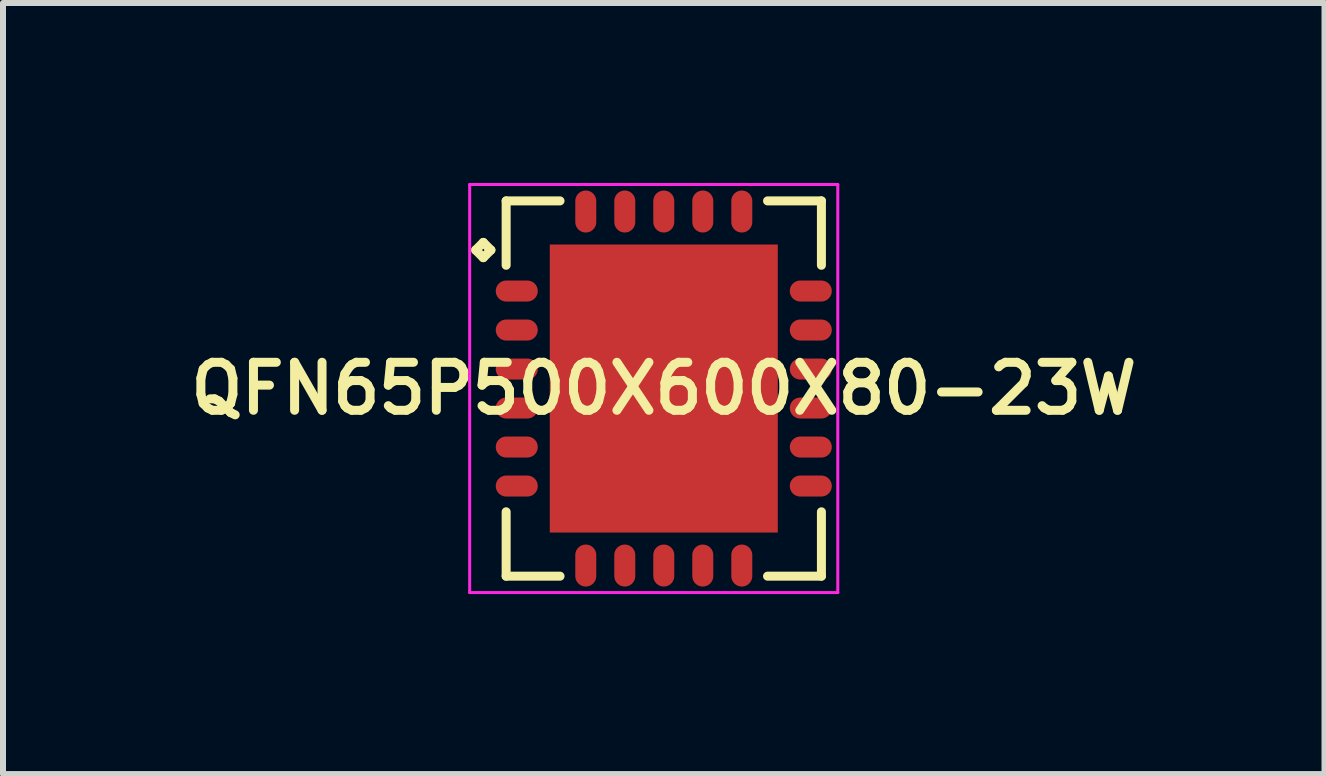
<source format=kicad_pcb>
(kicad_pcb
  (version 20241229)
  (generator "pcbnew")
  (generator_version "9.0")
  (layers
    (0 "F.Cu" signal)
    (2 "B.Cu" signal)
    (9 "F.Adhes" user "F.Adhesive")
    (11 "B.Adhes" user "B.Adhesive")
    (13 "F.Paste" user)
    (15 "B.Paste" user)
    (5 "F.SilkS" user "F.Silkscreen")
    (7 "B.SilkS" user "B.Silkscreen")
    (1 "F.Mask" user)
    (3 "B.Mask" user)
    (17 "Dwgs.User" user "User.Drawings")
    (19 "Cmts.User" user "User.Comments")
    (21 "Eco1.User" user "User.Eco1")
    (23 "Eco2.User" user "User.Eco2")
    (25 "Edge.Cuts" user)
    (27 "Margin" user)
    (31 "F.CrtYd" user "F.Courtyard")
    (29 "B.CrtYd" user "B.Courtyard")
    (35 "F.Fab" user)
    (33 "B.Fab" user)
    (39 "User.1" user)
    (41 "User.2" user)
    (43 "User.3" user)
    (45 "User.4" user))
  (footprint "QFN65P500X600X80-23W"
    (layer "F.Cu")
    (at 8.012 3.425)
    (property "Reference" "QFN65P500X600X80-23W" (at 0 0 0) (layer "F.SilkS") (effects (font (size 0.8 0.8) (thickness 0.15))))
    (attr smd)
    (fp_line (start -3.135 -2.308) (end -3.008 -2.435) (stroke (width 0.15) (type solid)) (layer "F.SilkS"))
    (fp_line (start -3.008 -2.435) (end -2.881 -2.308) (stroke (width 0.15) (type solid)) (layer "F.SilkS"))
    (fp_line (start -3.008 -2.181) (end -3.135 -2.308) (stroke (width 0.15) (type solid)) (layer "F.SilkS"))
    (fp_line (start -2.881 -2.308) (end -3.008 -2.181) (stroke (width 0.15) (type solid)) (layer "F.SilkS"))
    (fp_line (start -2.627 -3.127) (end -1.729 -3.127) (stroke (width 0.15) (type solid)) (layer "F.SilkS"))
    (fp_line (start -2.627 -2.054) (end -2.627 -3.127) (stroke (width 0.15) (type solid)) (layer "F.SilkS"))
    (fp_line (start -2.627 2.054) (end -2.627 3.127) (stroke (width 0.15) (type solid)) (layer "F.SilkS"))
    (fp_line (start -2.627 3.127) (end -1.729 3.127) (stroke (width 0.15) (type solid)) (layer "F.SilkS"))
    (fp_line (start 1.729 -3.127) (end 2.627 -3.127) (stroke (width 0.15) (type solid)) (layer "F.SilkS"))
    (fp_line (start 1.729 3.127) (end 2.627 3.127) (stroke (width 0.15) (type solid)) (layer "F.SilkS"))
    (fp_line (start 2.627 -3.127) (end 2.627 -2.054) (stroke (width 0.15) (type solid)) (layer "F.SilkS"))
    (fp_line (start 2.627 3.127) (end 2.627 2.054) (stroke (width 0.15) (type solid)) (layer "F.SilkS"))
    (fp_line (start -3.235 -3.4) (end 2.9 -3.4) (stroke (width 0.05) (type solid)) (layer "F.CrtYd"))
    (fp_line (start -3.235 3.4) (end -3.235 -3.4) (stroke (width 0.05) (type solid)) (layer "F.CrtYd"))
    (fp_line (start 2.9 -3.4) (end 2.9 3.4) (stroke (width 0.05) (type solid)) (layer "F.CrtYd"))
    (fp_line (start 2.9 3.4) (end -3.235 3.4) (stroke (width 0.05) (type solid)) (layer "F.CrtYd"))
    (pad "1" smd oval (at -2.45 -1.625) (size 0.7 0.35) (layers "F.Cu" "F.Mask" "F.Paste"))
    (pad "2" smd oval (at -2.45 -0.975) (size 0.7 0.35) (layers "F.Cu" "F.Mask" "F.Paste"))
    (pad "3" smd oval (at -2.45 -0.325) (size 0.7 0.35) (layers "F.Cu" "F.Mask" "F.Paste"))
    (pad "4" smd oval (at -2.45 0.325) (size 0.7 0.35) (layers "F.Cu" "F.Mask" "F.Paste"))
    (pad "5" smd oval (at -2.45 0.975) (size 0.7 0.35) (layers "F.Cu" "F.Mask" "F.Paste"))
    (pad "6" smd oval (at -2.45 1.625) (size 0.7 0.35) (layers "F.Cu" "F.Mask" "F.Paste"))
    (pad "7" smd oval (at -1.3 2.95) (size 0.35 0.7) (layers "F.Cu" "F.Mask" "F.Paste"))
    (pad "8" smd oval (at -0.65 2.95) (size 0.35 0.7) (layers "F.Cu" "F.Mask" "F.Paste"))
    (pad "9" smd oval (at 0 2.95) (size 0.35 0.7) (layers "F.Cu" "F.Mask" "F.Paste"))
    (pad "10" smd oval (at 0.65 2.95) (size 0.35 0.7) (layers "F.Cu" "F.Mask" "F.Paste"))
    (pad "11" smd oval (at 1.3 2.95) (size 0.35 0.7) (layers "F.Cu" "F.Mask" "F.Paste"))
    (pad "12" smd oval (at 2.45 1.625) (size 0.7 0.35) (layers "F.Cu" "F.Mask" "F.Paste"))
    (pad "13" smd oval (at 2.45 0.975) (size 0.7 0.35) (layers "F.Cu" "F.Mask" "F.Paste"))
    (pad "14" smd oval (at 2.45 0.325) (size 0.7 0.35) (layers "F.Cu" "F.Mask" "F.Paste"))
    (pad "15" smd oval (at 2.45 -0.325) (size 0.7 0.35) (layers "F.Cu" "F.Mask" "F.Paste"))
    (pad "16" smd oval (at 2.45 -0.975) (size 0.7 0.35) (layers "F.Cu" "F.Mask" "F.Paste"))
    (pad "17" smd oval (at 2.45 -1.625) (size 0.7 0.35) (layers "F.Cu" "F.Mask" "F.Paste"))
    (pad "18" smd oval (at 1.3 -2.95) (size 0.35 0.7) (layers "F.Cu" "F.Mask" "F.Paste"))
    (pad "19" smd oval (at 0.65 -2.95) (size 0.35 0.7) (layers "F.Cu" "F.Mask" "F.Paste"))
    (pad "20" smd oval (at 0 -2.95) (size 0.35 0.7) (layers "F.Cu" "F.Mask" "F.Paste"))
    (pad "21" smd oval (at -0.65 -2.95) (size 0.35 0.7) (layers "F.Cu" "F.Mask" "F.Paste"))
    (pad "22" smd oval (at -1.3 -2.95) (size 0.35 0.7) (layers "F.Cu" "F.Mask" "F.Paste"))
    (pad "23" smd rect (at 0 0) (size 3.8 4.8) (layers "F.Cu" "F.Mask" "F.Paste")))
  (gr_rect
    (start -3 -3)
    (end 19.023 9.85)
    (stroke (width 0.1) (type default))
    (fill no)
    (layer "Edge.Cuts")))
</source>
